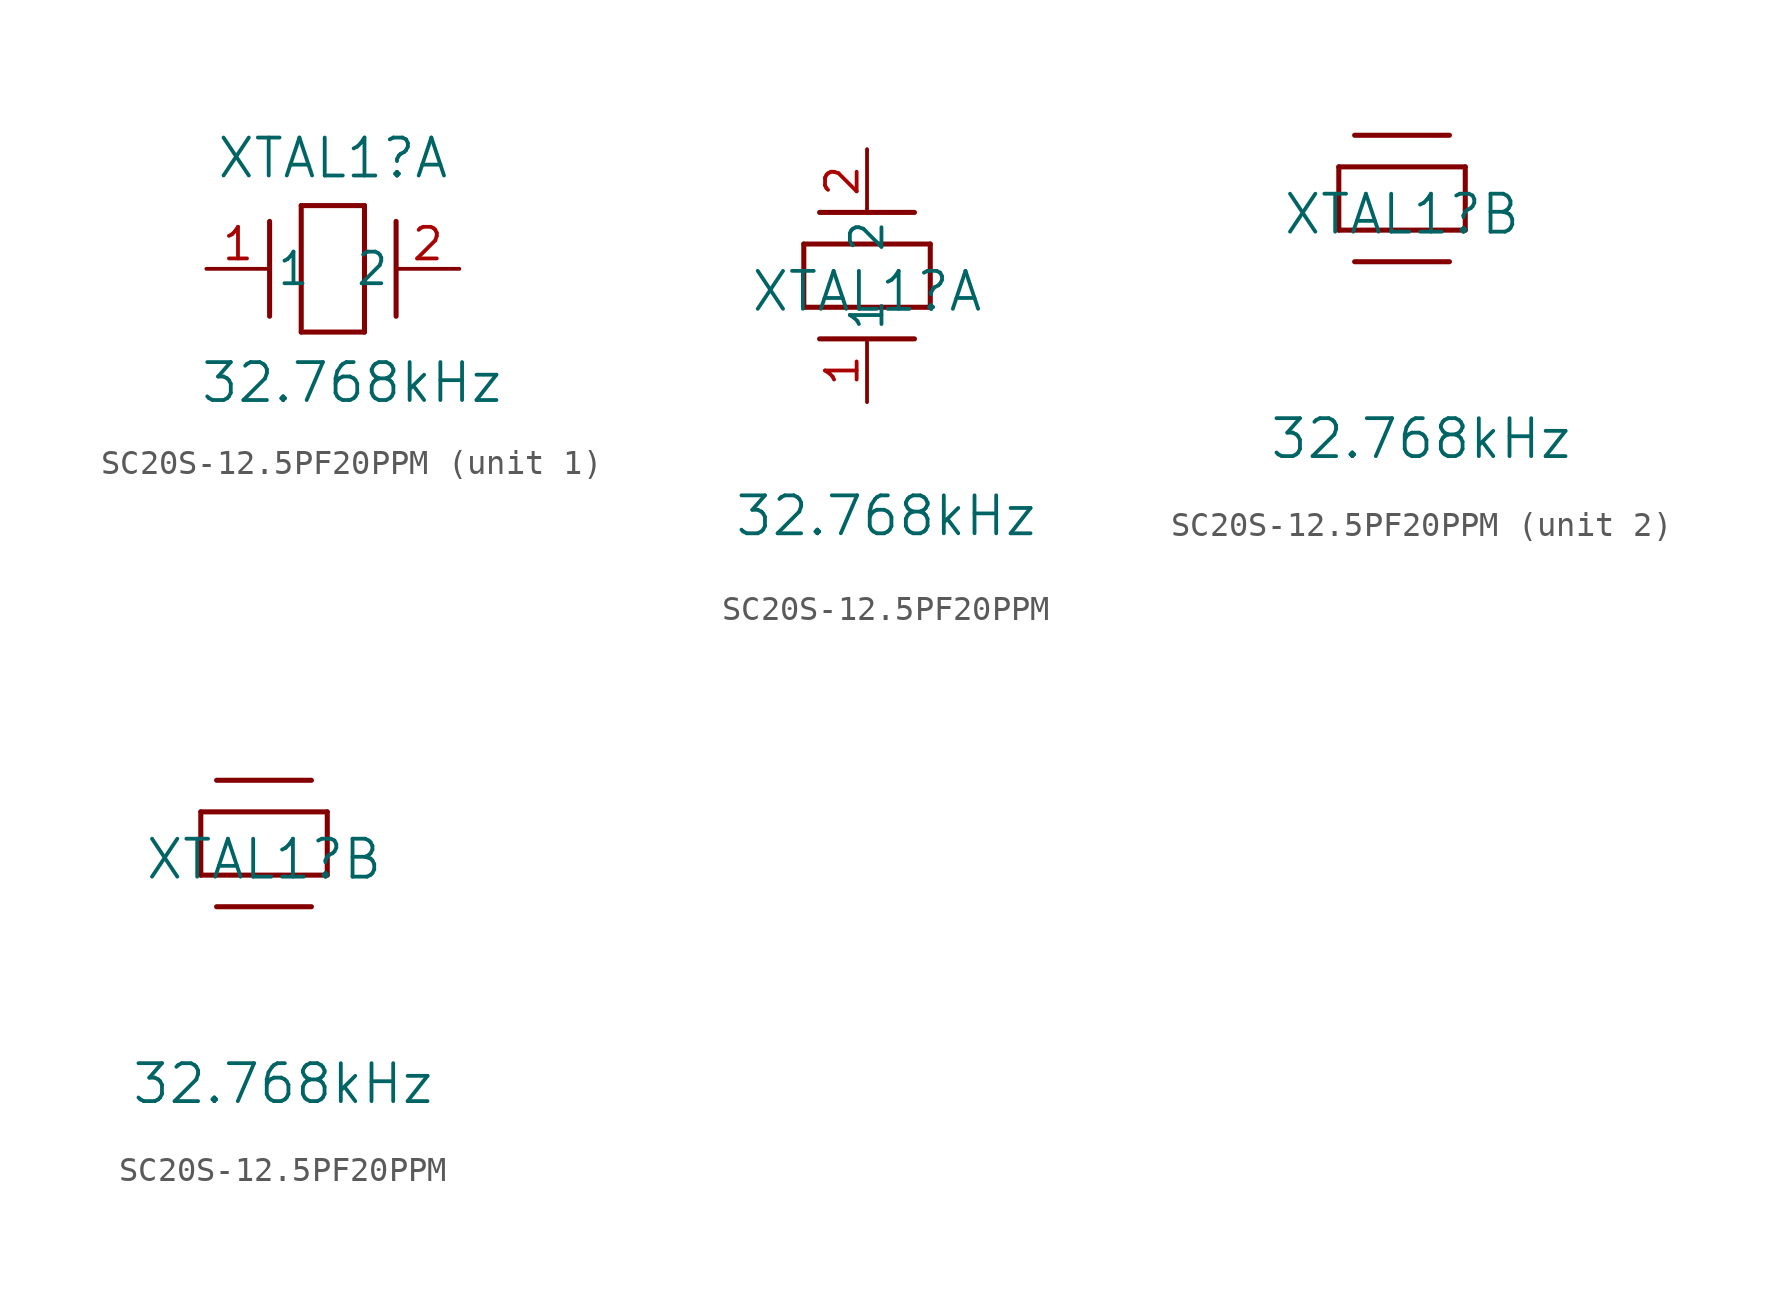
<source format=kicad_sym>
(kicad_symbol_lib
  (version 20241209)
  (generator "kicad_symbol_editor")
  (generator_version "9.0")
  (symbol "SC20S-12.5PF20PPM"
    (pin_names
      (offset 0.254))
    (property "Reference" "XTAL1"
      (at 0 4.445 0)
      (effects (font (size 1.524 1.524))))
    (property "Value" "32.768kHz"
      (at 0.762 -4.572 0)
      (effects (font (size 1.524 1.524))))
    (property "ki_locked" ""
      (at 0 0 0)
      (effects (font (size 1.27 1.27))))
    (symbol "SC20S-12.5PF20PPM_1_1"
      (polyline (pts (xy -2.54 -1.905) (xy -2.54 1.905)) (stroke (width 0.203) (type default)) (fill (type none)))
      (polyline (pts (xy -1.27 2.54) (xy 1.27 2.54)) (stroke (width 0.203) (type default)) (fill (type none)))
      (polyline (pts (xy -1.27 -2.54) (xy -1.27 2.54)) (stroke (width 0.203) (type default)) (fill (type none)))
      (polyline (pts (xy 1.27 2.54) (xy 1.27 -2.54)) (stroke (width 0.203) (type default)) (fill (type none)))
      (polyline (pts (xy 1.27 -2.54) (xy -1.27 -2.54)) (stroke (width 0.203) (type default)) (fill (type none)))
      (polyline (pts (xy 2.54 -1.905) (xy 2.54 1.905)) (stroke (width 0.203) (type default)) (fill (type none)))
      (pin passive line (at -5.08 0 0) (length 2.54) (name "1" (effects (font (size 1.27 1.27)))) (number "1" (effects (font (size 1.27 1.27)))))
      (pin passive line (at 5.08 0 180) (length 2.54) (name "2" (effects (font (size 1.27 1.27)))) (number "2" (effects (font (size 1.27 1.27))))))
    (symbol "SC20S-12.5PF20PPM_1_2"
      (polyline (pts (xy -2.54 6.35) (xy 2.54 6.35)) (stroke (width 0.203) (type default)) (fill (type none)))
      (polyline (pts (xy -2.54 3.81) (xy -2.54 6.35)) (stroke (width 0.203) (type default)) (fill (type none)))
      (polyline (pts (xy 1.905 7.62) (xy -1.905 7.62)) (stroke (width 0.203) (type default)) (fill (type none)))
      (polyline (pts (xy 1.905 2.54) (xy -1.905 2.54)) (stroke (width 0.203) (type default)) (fill (type none)))
      (polyline (pts (xy 2.54 6.35) (xy 2.54 3.81)) (stroke (width 0.203) (type default)) (fill (type none)))
      (polyline (pts (xy 2.54 3.81) (xy -2.54 3.81)) (stroke (width 0.203) (type default)) (fill (type none)))
      (pin unspecified line (at 0 10.16 270) (length 2.54) (name "2" (effects (font (size 1.27 1.27)))) (number "2" (effects (font (size 1.27 1.27)))))
      (pin unspecified line (at 0 0 90) (length 2.54) (name "1" (effects (font (size 1.27 1.27)))) (number "1" (effects (font (size 1.27 1.27))))))
    (symbol "SC20S-12.5PF20PPM_2_1"
      (polyline (pts (xy -2.54 6.35) (xy 2.54 6.35)) (stroke (width 0.203) (type default)) (fill (type none)))
      (polyline (pts (xy -2.54 3.81) (xy -2.54 6.35)) (stroke (width 0.203) (type default)) (fill (type none)))
      (polyline (pts (xy 1.905 7.62) (xy -1.905 7.62)) (stroke (width 0.203) (type default)) (fill (type none)))
      (polyline (pts (xy 1.905 2.54) (xy -1.905 2.54)) (stroke (width 0.203) (type default)) (fill (type none)))
      (polyline (pts (xy 2.54 6.35) (xy 2.54 3.81)) (stroke (width 0.203) (type default)) (fill (type none)))
      (polyline (pts (xy 2.54 3.81) (xy -2.54 3.81)) (stroke (width 0.203) (type default)) (fill (type none))))
    (symbol "SC20S-12.5PF20PPM_2_2"
      (polyline (pts (xy -2.54 6.35) (xy 2.54 6.35)) (stroke (width 0.203) (type default)) (fill (type none)))
      (polyline (pts (xy -2.54 3.81) (xy -2.54 6.35)) (stroke (width 0.203) (type default)) (fill (type none)))
      (polyline (pts (xy 1.905 7.62) (xy -1.905 7.62)) (stroke (width 0.203) (type default)) (fill (type none)))
      (polyline (pts (xy 1.905 2.54) (xy -1.905 2.54)) (stroke (width 0.203) (type default)) (fill (type none)))
      (polyline (pts (xy 2.54 6.35) (xy 2.54 3.81)) (stroke (width 0.203) (type default)) (fill (type none)))
      (polyline (pts (xy 2.54 3.81) (xy -2.54 3.81)) (stroke (width 0.203) (type default)) (fill (type none))))))
</source>
